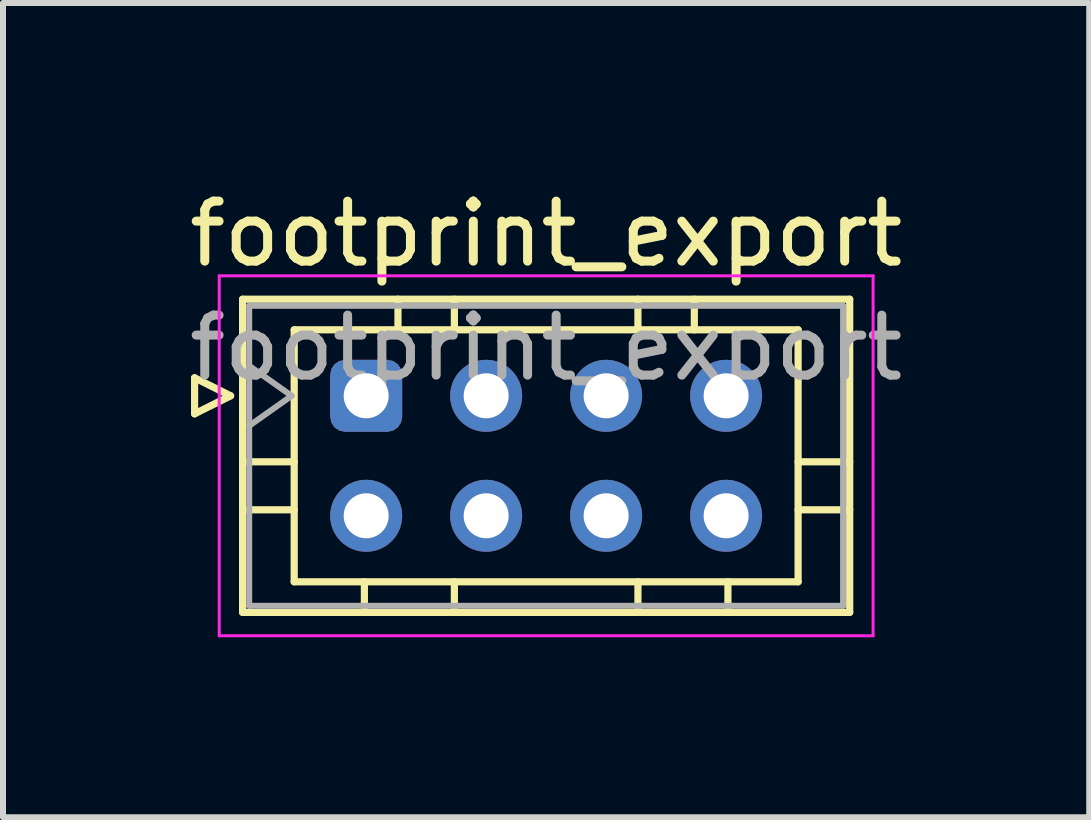
<source format=kicad_pcb>
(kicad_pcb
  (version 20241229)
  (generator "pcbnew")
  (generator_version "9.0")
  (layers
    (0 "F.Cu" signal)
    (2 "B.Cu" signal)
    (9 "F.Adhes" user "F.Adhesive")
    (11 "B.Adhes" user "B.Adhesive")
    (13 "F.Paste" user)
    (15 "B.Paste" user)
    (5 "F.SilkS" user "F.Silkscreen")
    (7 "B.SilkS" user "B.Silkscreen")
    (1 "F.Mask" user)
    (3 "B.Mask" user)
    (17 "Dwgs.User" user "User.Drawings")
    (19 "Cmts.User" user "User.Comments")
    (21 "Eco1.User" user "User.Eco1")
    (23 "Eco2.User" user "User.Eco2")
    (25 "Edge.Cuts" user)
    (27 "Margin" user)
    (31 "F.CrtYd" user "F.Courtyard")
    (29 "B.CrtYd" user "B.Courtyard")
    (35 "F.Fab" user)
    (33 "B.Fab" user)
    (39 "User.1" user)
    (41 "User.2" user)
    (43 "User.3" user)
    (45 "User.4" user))
  (footprint "footprint_export"
    (layer "F.Cu")
    (at 3.054 3.548)
    (property "Reference" "footprint_export" (at 3 -2.7 0) (layer "F.SilkS") (effects (font (size 1 1) (thickness 0.15))))
    (attr through_hole)
    (fp_line (start -2.86 -0.3) (end -2.26 0) (stroke (width 0.12) (type solid)) (layer "F.SilkS"))
    (fp_line (start -2.86 0.3) (end -2.86 -0.3) (stroke (width 0.12) (type solid)) (layer "F.SilkS"))
    (fp_line (start -2.26 0) (end -2.86 0.3) (stroke (width 0.12) (type solid)) (layer "F.SilkS"))
    (fp_line (start -2.06 -1.61) (end -2.06 3.61) (stroke (width 0.12) (type solid)) (layer "F.SilkS"))
    (fp_line (start -2.06 1.1) (end -1.2 1.1) (stroke (width 0.12) (type solid)) (layer "F.SilkS"))
    (fp_line (start -2.06 1.9) (end -1.2 1.9) (stroke (width 0.12) (type solid)) (layer "F.SilkS"))
    (fp_line (start -2.06 3.61) (end 8.06 3.61) (stroke (width 0.12) (type solid)) (layer "F.SilkS"))
    (fp_line (start -1.2 -1.1) (end -1.2 3.1) (stroke (width 0.12) (type solid)) (layer "F.SilkS"))
    (fp_line (start -1.2 3.1) (end 7.2 3.1) (stroke (width 0.12) (type solid)) (layer "F.SilkS"))
    (fp_line (start -0.03 3.61) (end -0.03 3.1) (stroke (width 0.12) (type solid)) (layer "F.SilkS"))
    (fp_line (start 0.53 -1.61) (end 0.53 -1.1) (stroke (width 0.12) (type solid)) (layer "F.SilkS"))
    (fp_line (start 1.47 -1.61) (end 1.47 -1.1) (stroke (width 0.12) (type solid)) (layer "F.SilkS"))
    (fp_line (start 1.47 3.61) (end 1.47 3.1) (stroke (width 0.12) (type solid)) (layer "F.SilkS"))
    (fp_line (start 4.53 -1.61) (end 4.53 -1.1) (stroke (width 0.12) (type solid)) (layer "F.SilkS"))
    (fp_line (start 4.53 3.61) (end 4.53 3.1) (stroke (width 0.12) (type solid)) (layer "F.SilkS"))
    (fp_line (start 5.47 -1.61) (end 5.47 -1.1) (stroke (width 0.12) (type solid)) (layer "F.SilkS"))
    (fp_line (start 6.03 3.61) (end 6.03 3.1) (stroke (width 0.12) (type solid)) (layer "F.SilkS"))
    (fp_line (start 7.2 -1.1) (end -1.2 -1.1) (stroke (width 0.12) (type solid)) (layer "F.SilkS"))
    (fp_line (start 7.2 3.1) (end 7.2 -1.1) (stroke (width 0.12) (type solid)) (layer "F.SilkS"))
    (fp_line (start 8.06 -1.61) (end -2.06 -1.61) (stroke (width 0.12) (type solid)) (layer "F.SilkS"))
    (fp_line (start 8.06 1.1) (end 7.2 1.1) (stroke (width 0.12) (type solid)) (layer "F.SilkS"))
    (fp_line (start 8.06 1.9) (end 7.2 1.9) (stroke (width 0.12) (type solid)) (layer "F.SilkS"))
    (fp_line (start 8.06 3.61) (end 8.06 -1.61) (stroke (width 0.12) (type solid)) (layer "F.SilkS"))
    (fp_line (start -2.45 -2) (end -2.45 4) (stroke (width 0.05) (type solid)) (layer "F.CrtYd"))
    (fp_line (start -2.45 4) (end 8.45 4) (stroke (width 0.05) (type solid)) (layer "F.CrtYd"))
    (fp_line (start 8.45 -2) (end -2.45 -2) (stroke (width 0.05) (type solid)) (layer "F.CrtYd"))
    (fp_line (start 8.45 4) (end 8.45 -2) (stroke (width 0.05) (type solid)) (layer "F.CrtYd"))
    (fp_line (start -1.95 -1.5) (end -1.95 3.5) (stroke (width 0.1) (type solid)) (layer "F.Fab"))
    (fp_line (start -1.95 0.5) (end -1.243 0) (stroke (width 0.1) (type solid)) (layer "F.Fab"))
    (fp_line (start -1.95 3.5) (end 7.95 3.5) (stroke (width 0.1) (type solid)) (layer "F.Fab"))
    (fp_line (start -1.243 0) (end -1.95 -0.5) (stroke (width 0.1) (type solid)) (layer "F.Fab"))
    (fp_line (start 7.95 -1.5) (end -1.95 -1.5) (stroke (width 0.1) (type solid)) (layer "F.Fab"))
    (fp_line (start 7.95 3.5) (end 7.95 -1.5) (stroke (width 0.1) (type solid)) (layer "F.Fab"))
    (fp_text user "${REFERENCE}" (at 3 -0.8 0) (layer "F.Fab") (effects (font (size 1 1) (thickness 0.15))))
    (pad "1" thru_hole roundrect (at 0 0) (size 1.2 1.2) (drill 0.75) (layers "*.Cu" "*.Mask") (roundrect_rratio 0.208))
    (pad "2" thru_hole circle (at 0 2) (size 1.2 1.2) (drill 0.75) (layers "*.Cu" "*.Mask"))
    (pad "3" thru_hole circle (at 2 0) (size 1.2 1.2) (drill 0.75) (layers "*.Cu" "*.Mask"))
    (pad "4" thru_hole circle (at 2 2) (size 1.2 1.2) (drill 0.75) (layers "*.Cu" "*.Mask"))
    (pad "5" thru_hole circle (at 4 0) (size 1.2 1.2) (drill 0.75) (layers "*.Cu" "*.Mask"))
    (pad "6" thru_hole circle (at 4 2) (size 1.2 1.2) (drill 0.75) (layers "*.Cu" "*.Mask"))
    (pad "7" thru_hole circle (at 6 0) (size 1.2 1.2) (drill 0.75) (layers "*.Cu" "*.Mask"))
    (pad "8" thru_hole circle (at 6 2) (size 1.2 1.2) (drill 0.75) (layers "*.Cu" "*.Mask")))
  (gr_rect
    (start -3 -3)
    (end 15.107 10.573)
    (stroke (width 0.1) (type default))
    (fill no)
    (layer "Edge.Cuts")))
</source>
